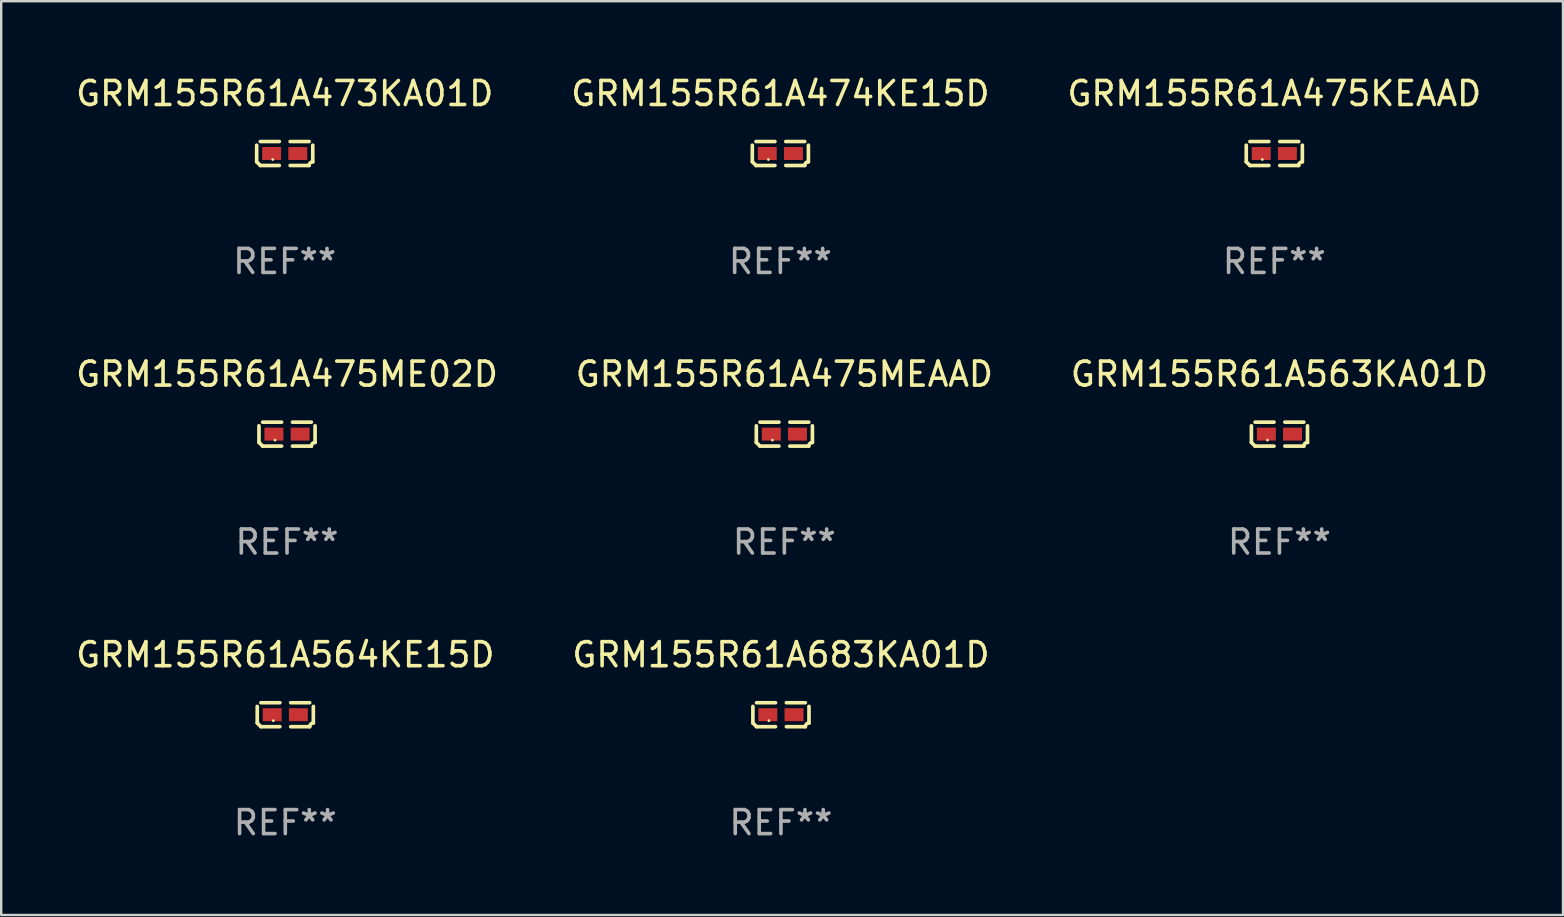
<source format=kicad_pcb>
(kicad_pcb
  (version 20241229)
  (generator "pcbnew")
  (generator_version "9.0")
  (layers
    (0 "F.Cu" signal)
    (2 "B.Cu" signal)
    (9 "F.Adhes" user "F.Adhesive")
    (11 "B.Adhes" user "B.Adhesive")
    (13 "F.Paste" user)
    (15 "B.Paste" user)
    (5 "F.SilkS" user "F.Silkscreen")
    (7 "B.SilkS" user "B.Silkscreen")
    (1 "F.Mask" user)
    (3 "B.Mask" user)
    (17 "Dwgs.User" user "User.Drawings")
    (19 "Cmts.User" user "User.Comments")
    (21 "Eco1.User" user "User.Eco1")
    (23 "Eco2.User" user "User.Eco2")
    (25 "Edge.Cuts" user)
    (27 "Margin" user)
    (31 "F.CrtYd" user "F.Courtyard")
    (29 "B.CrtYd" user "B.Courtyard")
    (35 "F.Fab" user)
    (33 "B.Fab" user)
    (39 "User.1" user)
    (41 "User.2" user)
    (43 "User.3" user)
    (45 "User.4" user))
  (footprint "GRM155R61A475ME02D"
    (layer "F.Cu")
    (at 8.911 15.041)
    (property "Reference" "GRM155R61A475ME02D" (at 0 -2.499 0) (layer "F.SilkS") (effects (font (size 1 1) (thickness 0.15))))
    (attr through_hole)
    (fp_line (start -1.169 0.346) (end -1.169 -0.346) (stroke (width 0.152) (type solid)) (layer "F.SilkS"))
    (fp_line (start -1.016 -0.499) (end -0.226 -0.499) (stroke (width 0.152) (type solid)) (layer "F.SilkS"))
    (fp_line (start -0.226 0.499) (end -1.016 0.499) (stroke (width 0.152) (type solid)) (layer "F.SilkS"))
    (fp_line (start 0.226 0.499) (end 1.016 0.499) (stroke (width 0.152) (type solid)) (layer "F.SilkS"))
    (fp_line (start 1.016 -0.499) (end 0.226 -0.499) (stroke (width 0.152) (type solid)) (layer "F.SilkS"))
    (fp_line (start 1.169 0.346) (end 1.169 -0.346) (stroke (width 0.152) (type solid)) (layer "F.SilkS"))
    (fp_arc (start -1.016307 0.498603) (mid -1.092512 0.422405) (end -1.16871 0.3462) (stroke (width 0.1524) (type solid)) (layer "F.SilkS"))
    (fp_arc (start 1.016307 0.498603) (mid 1.060899 0.390758) (end 1.168707 0.346076) (stroke (width 0.1524) (type solid)) (layer "F.SilkS"))
    (fp_circle (center -0.5 0.25) (end -0.47 0.25) (stroke (width 0.06) (type solid)) (fill no) (layer "F.SilkS"))
    (fp_text user "REF**" (at 0 4.499 0) (layer "F.Fab") (effects (font (size 1 1) (thickness 0.15))))
    (pad "1" smd rect (at -0.545 0) (size 0.79 0.54) (layers "F.Cu" "F.Mask" "F.Paste"))
    (pad "2" smd rect (at 0.545 0) (size 0.79 0.54) (layers "F.Cu" "F.Mask" "F.Paste")))
  (footprint "GRM155R61A473KA01D"
    (layer "F.Cu")
    (at 8.815 3.347)
    (property "Reference" "GRM155R61A473KA01D" (at 0 -2.499 0) (layer "F.SilkS") (effects (font (size 1 1) (thickness 0.15))))
    (attr through_hole)
    (fp_line (start -1.169 0.346) (end -1.169 -0.346) (stroke (width 0.152) (type solid)) (layer "F.SilkS"))
    (fp_line (start -1.016 -0.499) (end -0.226 -0.499) (stroke (width 0.152) (type solid)) (layer "F.SilkS"))
    (fp_line (start -0.226 0.499) (end -1.016 0.499) (stroke (width 0.152) (type solid)) (layer "F.SilkS"))
    (fp_line (start 0.226 0.499) (end 1.016 0.499) (stroke (width 0.152) (type solid)) (layer "F.SilkS"))
    (fp_line (start 1.016 -0.499) (end 0.226 -0.499) (stroke (width 0.152) (type solid)) (layer "F.SilkS"))
    (fp_line (start 1.169 0.346) (end 1.169 -0.346) (stroke (width 0.152) (type solid)) (layer "F.SilkS"))
    (fp_arc (start -1.016307 0.498603) (mid -1.092512 0.422405) (end -1.16871 0.3462) (stroke (width 0.1524) (type solid)) (layer "F.SilkS"))
    (fp_arc (start 1.016307 0.498603) (mid 1.060899 0.390758) (end 1.168707 0.346076) (stroke (width 0.1524) (type solid)) (layer "F.SilkS"))
    (fp_circle (center -0.5 0.25) (end -0.47 0.25) (stroke (width 0.06) (type solid)) (fill no) (layer "F.SilkS"))
    (fp_text user "REF**" (at 0 4.499 0) (layer "F.Fab") (effects (font (size 1 1) (thickness 0.15))))
    (pad "1" smd rect (at -0.545 0) (size 0.79 0.54) (layers "F.Cu" "F.Mask" "F.Paste"))
    (pad "2" smd rect (at 0.545 0) (size 0.79 0.54) (layers "F.Cu" "F.Mask" "F.Paste")))
  (footprint "GRM155R61A683KA01D"
    (layer "F.Cu")
    (at 29.494 26.734)
    (property "Reference" "GRM155R61A683KA01D" (at 0 -2.499 0) (layer "F.SilkS") (effects (font (size 1 1) (thickness 0.15))))
    (attr through_hole)
    (fp_line (start -1.169 0.346) (end -1.169 -0.346) (stroke (width 0.152) (type solid)) (layer "F.SilkS"))
    (fp_line (start -1.016 -0.499) (end -0.226 -0.499) (stroke (width 0.152) (type solid)) (layer "F.SilkS"))
    (fp_line (start -0.226 0.499) (end -1.016 0.499) (stroke (width 0.152) (type solid)) (layer "F.SilkS"))
    (fp_line (start 0.226 0.499) (end 1.016 0.499) (stroke (width 0.152) (type solid)) (layer "F.SilkS"))
    (fp_line (start 1.016 -0.499) (end 0.226 -0.499) (stroke (width 0.152) (type solid)) (layer "F.SilkS"))
    (fp_line (start 1.169 0.346) (end 1.169 -0.346) (stroke (width 0.152) (type solid)) (layer "F.SilkS"))
    (fp_arc (start -1.016307 0.498603) (mid -1.092512 0.422405) (end -1.16871 0.3462) (stroke (width 0.1524) (type solid)) (layer "F.SilkS"))
    (fp_arc (start 1.016307 0.498603) (mid 1.060899 0.390758) (end 1.168707 0.346076) (stroke (width 0.1524) (type solid)) (layer "F.SilkS"))
    (fp_circle (center -0.5 0.25) (end -0.47 0.25) (stroke (width 0.06) (type solid)) (fill no) (layer "F.SilkS"))
    (fp_text user "REF**" (at 0 4.499 0) (layer "F.Fab") (effects (font (size 1 1) (thickness 0.15))))
    (pad "1" smd rect (at -0.545 0) (size 0.79 0.54) (layers "F.Cu" "F.Mask" "F.Paste"))
    (pad "2" smd rect (at 0.545 0) (size 0.79 0.54) (layers "F.Cu" "F.Mask" "F.Paste")))
  (footprint "GRM155R61A474KE15D"
    (layer "F.Cu")
    (at 29.47 3.347)
    (property "Reference" "GRM155R61A474KE15D" (at 0 -2.499 0) (layer "F.SilkS") (effects (font (size 1 1) (thickness 0.15))))
    (attr through_hole)
    (fp_line (start -1.169 0.346) (end -1.169 -0.346) (stroke (width 0.152) (type solid)) (layer "F.SilkS"))
    (fp_line (start -1.016 -0.499) (end -0.226 -0.499) (stroke (width 0.152) (type solid)) (layer "F.SilkS"))
    (fp_line (start -0.226 0.499) (end -1.016 0.499) (stroke (width 0.152) (type solid)) (layer "F.SilkS"))
    (fp_line (start 0.226 0.499) (end 1.016 0.499) (stroke (width 0.152) (type solid)) (layer "F.SilkS"))
    (fp_line (start 1.016 -0.499) (end 0.226 -0.499) (stroke (width 0.152) (type solid)) (layer "F.SilkS"))
    (fp_line (start 1.169 0.346) (end 1.169 -0.346) (stroke (width 0.152) (type solid)) (layer "F.SilkS"))
    (fp_arc (start -1.016307 0.498603) (mid -1.092512 0.422405) (end -1.16871 0.3462) (stroke (width 0.1524) (type solid)) (layer "F.SilkS"))
    (fp_arc (start 1.016307 0.498603) (mid 1.060899 0.390758) (end 1.168707 0.346076) (stroke (width 0.1524) (type solid)) (layer "F.SilkS"))
    (fp_circle (center -0.5 0.25) (end -0.47 0.25) (stroke (width 0.06) (type solid)) (fill no) (layer "F.SilkS"))
    (fp_text user "REF**" (at 0 4.499 0) (layer "F.Fab") (effects (font (size 1 1) (thickness 0.15))))
    (pad "1" smd rect (at -0.545 0) (size 0.79 0.54) (layers "F.Cu" "F.Mask" "F.Paste"))
    (pad "2" smd rect (at 0.545 0) (size 0.79 0.54) (layers "F.Cu" "F.Mask" "F.Paste")))
  (footprint "GRM155R61A475KEAAD"
    (layer "F.Cu")
    (at 50.054 3.347)
    (property "Reference" "GRM155R61A475KEAAD" (at 0 -2.499 0) (layer "F.SilkS") (effects (font (size 1 1) (thickness 0.15))))
    (attr through_hole)
    (fp_line (start -1.169 0.346) (end -1.169 -0.346) (stroke (width 0.152) (type solid)) (layer "F.SilkS"))
    (fp_line (start -1.016 -0.499) (end -0.226 -0.499) (stroke (width 0.152) (type solid)) (layer "F.SilkS"))
    (fp_line (start -0.226 0.499) (end -1.016 0.499) (stroke (width 0.152) (type solid)) (layer "F.SilkS"))
    (fp_line (start 0.226 0.499) (end 1.016 0.499) (stroke (width 0.152) (type solid)) (layer "F.SilkS"))
    (fp_line (start 1.016 -0.499) (end 0.226 -0.499) (stroke (width 0.152) (type solid)) (layer "F.SilkS"))
    (fp_line (start 1.169 0.346) (end 1.169 -0.346) (stroke (width 0.152) (type solid)) (layer "F.SilkS"))
    (fp_arc (start -1.016307 0.498603) (mid -1.092512 0.422405) (end -1.16871 0.3462) (stroke (width 0.1524) (type solid)) (layer "F.SilkS"))
    (fp_arc (start 1.016307 0.498603) (mid 1.060899 0.390758) (end 1.168707 0.346076) (stroke (width 0.1524) (type solid)) (layer "F.SilkS"))
    (fp_circle (center -0.5 0.25) (end -0.47 0.25) (stroke (width 0.06) (type solid)) (fill no) (layer "F.SilkS"))
    (fp_text user "REF**" (at 0 4.499 0) (layer "F.Fab") (effects (font (size 1 1) (thickness 0.15))))
    (pad "1" smd rect (at -0.545 0) (size 0.79 0.54) (layers "F.Cu" "F.Mask" "F.Paste"))
    (pad "2" smd rect (at 0.545 0) (size 0.79 0.54) (layers "F.Cu" "F.Mask" "F.Paste")))
  (footprint "GRM155R61A564KE15D"
    (layer "F.Cu")
    (at 8.839 26.734)
    (property "Reference" "GRM155R61A564KE15D" (at 0 -2.499 0) (layer "F.SilkS") (effects (font (size 1 1) (thickness 0.15))))
    (attr through_hole)
    (fp_line (start -1.169 0.346) (end -1.169 -0.346) (stroke (width 0.152) (type solid)) (layer "F.SilkS"))
    (fp_line (start -1.016 -0.499) (end -0.226 -0.499) (stroke (width 0.152) (type solid)) (layer "F.SilkS"))
    (fp_line (start -0.226 0.499) (end -1.016 0.499) (stroke (width 0.152) (type solid)) (layer "F.SilkS"))
    (fp_line (start 0.226 0.499) (end 1.016 0.499) (stroke (width 0.152) (type solid)) (layer "F.SilkS"))
    (fp_line (start 1.016 -0.499) (end 0.226 -0.499) (stroke (width 0.152) (type solid)) (layer "F.SilkS"))
    (fp_line (start 1.169 0.346) (end 1.169 -0.346) (stroke (width 0.152) (type solid)) (layer "F.SilkS"))
    (fp_arc (start -1.016307 0.498603) (mid -1.092512 0.422405) (end -1.16871 0.3462) (stroke (width 0.1524) (type solid)) (layer "F.SilkS"))
    (fp_arc (start 1.016307 0.498603) (mid 1.060899 0.390758) (end 1.168707 0.346076) (stroke (width 0.1524) (type solid)) (layer "F.SilkS"))
    (fp_circle (center -0.5 0.25) (end -0.47 0.25) (stroke (width 0.06) (type solid)) (fill no) (layer "F.SilkS"))
    (fp_text user "REF**" (at 0 4.499 0) (layer "F.Fab") (effects (font (size 1 1) (thickness 0.15))))
    (pad "1" smd rect (at -0.545 0) (size 0.79 0.54) (layers "F.Cu" "F.Mask" "F.Paste"))
    (pad "2" smd rect (at 0.545 0) (size 0.79 0.54) (layers "F.Cu" "F.Mask" "F.Paste")))
  (footprint "GRM155R61A475MEAAD"
    (layer "F.Cu")
    (at 29.637 15.041)
    (property "Reference" "GRM155R61A475MEAAD" (at 0 -2.499 0) (layer "F.SilkS") (effects (font (size 1 1) (thickness 0.15))))
    (attr through_hole)
    (fp_line (start -1.169 0.346) (end -1.169 -0.346) (stroke (width 0.152) (type solid)) (layer "F.SilkS"))
    (fp_line (start -1.016 -0.499) (end -0.226 -0.499) (stroke (width 0.152) (type solid)) (layer "F.SilkS"))
    (fp_line (start -0.226 0.499) (end -1.016 0.499) (stroke (width 0.152) (type solid)) (layer "F.SilkS"))
    (fp_line (start 0.226 0.499) (end 1.016 0.499) (stroke (width 0.152) (type solid)) (layer "F.SilkS"))
    (fp_line (start 1.016 -0.499) (end 0.226 -0.499) (stroke (width 0.152) (type solid)) (layer "F.SilkS"))
    (fp_line (start 1.169 0.346) (end 1.169 -0.346) (stroke (width 0.152) (type solid)) (layer "F.SilkS"))
    (fp_arc (start -1.016307 0.498603) (mid -1.092512 0.422405) (end -1.16871 0.3462) (stroke (width 0.1524) (type solid)) (layer "F.SilkS"))
    (fp_arc (start 1.016307 0.498603) (mid 1.060899 0.390758) (end 1.168707 0.346076) (stroke (width 0.1524) (type solid)) (layer "F.SilkS"))
    (fp_circle (center -0.5 0.25) (end -0.47 0.25) (stroke (width 0.06) (type solid)) (fill no) (layer "F.SilkS"))
    (fp_text user "REF**" (at 0 4.499 0) (layer "F.Fab") (effects (font (size 1 1) (thickness 0.15))))
    (pad "1" smd rect (at -0.545 0) (size 0.79 0.54) (layers "F.Cu" "F.Mask" "F.Paste"))
    (pad "2" smd rect (at 0.545 0) (size 0.79 0.54) (layers "F.Cu" "F.Mask" "F.Paste")))
  (footprint "GRM155R61A563KA01D"
    (layer "F.Cu")
    (at 50.268 15.041)
    (property "Reference" "GRM155R61A563KA01D" (at 0 -2.499 0) (layer "F.SilkS") (effects (font (size 1 1) (thickness 0.15))))
    (attr through_hole)
    (fp_line (start -1.169 0.346) (end -1.169 -0.346) (stroke (width 0.152) (type solid)) (layer "F.SilkS"))
    (fp_line (start -1.016 -0.499) (end -0.226 -0.499) (stroke (width 0.152) (type solid)) (layer "F.SilkS"))
    (fp_line (start -0.226 0.499) (end -1.016 0.499) (stroke (width 0.152) (type solid)) (layer "F.SilkS"))
    (fp_line (start 0.226 0.499) (end 1.016 0.499) (stroke (width 0.152) (type solid)) (layer "F.SilkS"))
    (fp_line (start 1.016 -0.499) (end 0.226 -0.499) (stroke (width 0.152) (type solid)) (layer "F.SilkS"))
    (fp_line (start 1.169 0.346) (end 1.169 -0.346) (stroke (width 0.152) (type solid)) (layer "F.SilkS"))
    (fp_arc (start -1.016307 0.498603) (mid -1.092512 0.422405) (end -1.16871 0.3462) (stroke (width 0.1524) (type solid)) (layer "F.SilkS"))
    (fp_arc (start 1.016307 0.498603) (mid 1.060899 0.390758) (end 1.168707 0.346076) (stroke (width 0.1524) (type solid)) (layer "F.SilkS"))
    (fp_circle (center -0.5 0.25) (end -0.47 0.25) (stroke (width 0.06) (type solid)) (fill no) (layer "F.SilkS"))
    (fp_text user "REF**" (at 0 4.499 0) (layer "F.Fab") (effects (font (size 1 1) (thickness 0.15))))
    (pad "1" smd rect (at -0.545 0) (size 0.79 0.54) (layers "F.Cu" "F.Mask" "F.Paste"))
    (pad "2" smd rect (at 0.545 0) (size 0.79 0.54) (layers "F.Cu" "F.Mask" "F.Paste")))
  (gr_rect
    (start -3 -3)
    (end 62.083 35.081)
    (stroke (width 0.1) (type default))
    (fill no)
    (layer "Edge.Cuts")))
</source>
